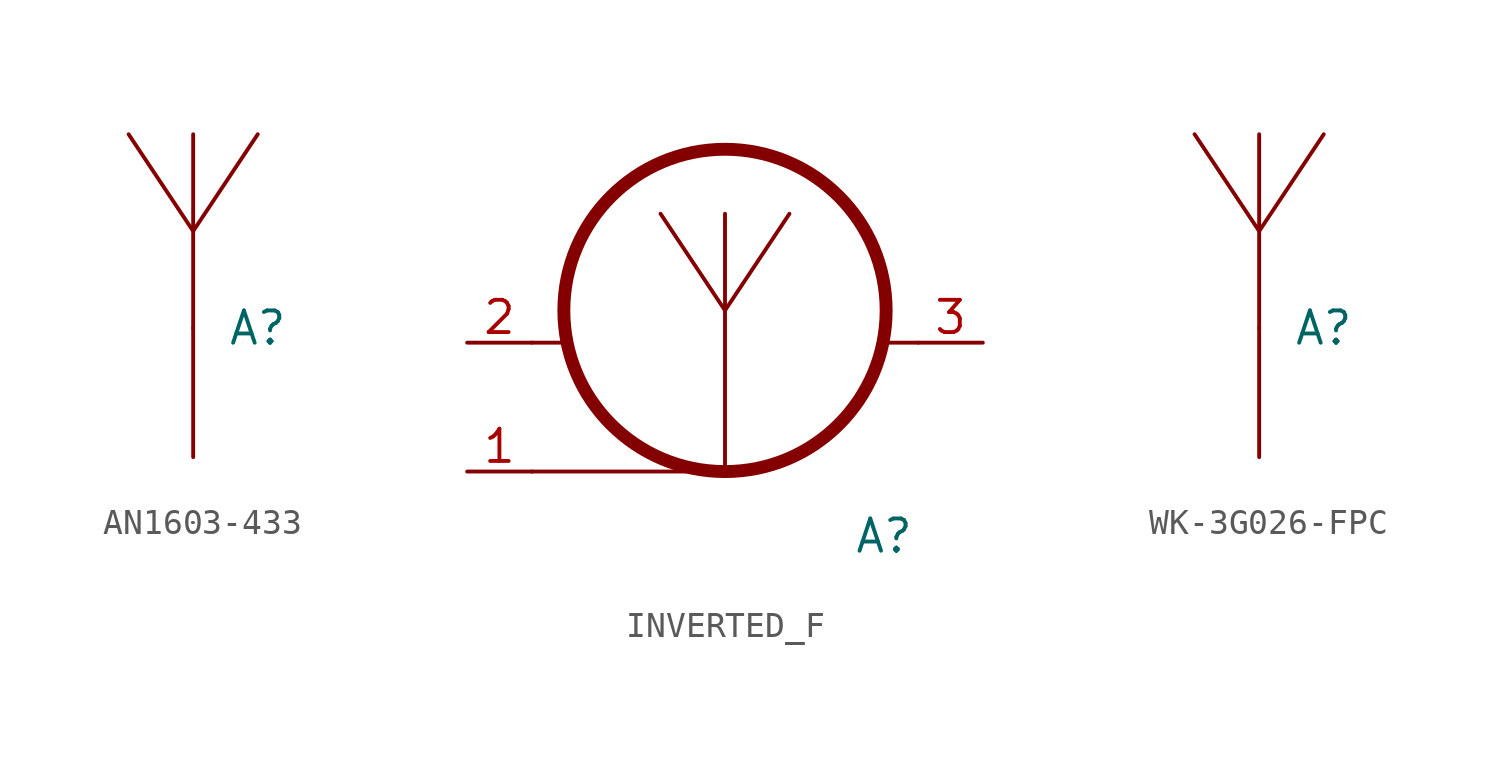
<source format=kicad_sym>
(kicad_symbol_lib
  (version 20211014)
  (generator kicad_symbol_editor)
  (symbol "AN1603-433"
    (pin_numbers hide)
    (pin_names
      (offset 1.016) hide)
    (property "Reference" "A"
      (at 2.54 5.08 0)
      (effects (font (size 1.27 1.27))))
    (symbol "AN1603-433_0_1"
      (polyline (pts (xy 0 5.08) (xy 0 12.7)) (stroke (width 0) (type default) (color 0 0 0 0)) (fill (type none)))
      (polyline (pts (xy 2.54 12.7) (xy 0 8.89) (xy -2.54 12.7)) (stroke (width 0) (type default) (color 0 0 0 0)) (fill (type none))))
    (symbol "AN1603-433_1_1"
      (pin passive line (at 0 0 90) (length 5.08) (name "1" (effects (font (size 1.27 1.27)))) (number "1" (effects (font (size 1.27 1.27)))))))
  (symbol "INVERTED_F"
    (pin_names
      (offset 1.016) hide)
    (property "Reference" "A"
      (at 5.08 -7.62 0)
      (effects (font (size 1.27 1.27)) (justify left)))
    (symbol "INVERTED_F_0_1"
      (polyline (pts (xy -7.62 -5.08) (xy 0 -5.08)) (stroke (width 0) (type default) (color 0 0 0 0)) (fill (type none)))
      (polyline (pts (xy -7.62 0) (xy -6.35 0)) (stroke (width 0) (type default) (color 0 0 0 0)) (fill (type none)))
      (polyline (pts (xy 0 -5.08) (xy 0 5.08)) (stroke (width 0) (type default) (color 0 0 0 0)) (fill (type none)))
      (polyline (pts (xy 7.62 0) (xy 6.35 0)) (stroke (width 0) (type default) (color 0 0 0 0)) (fill (type none)))
      (polyline (pts (xy 2.54 5.08) (xy 0 1.27) (xy -2.54 5.08)) (stroke (width 0) (type default) (color 0 0 0 0)) (fill (type none)))
      (circle (center 0 1.27) (radius 6.35) (stroke (width 0.508) (type default) (color 0 0 0 0)) (fill (type none))))
    (symbol "INVERTED_F_1_1"
      (pin passive line (at -10.16 -5.08 0) (length 2.54) (name "1" (effects (font (size 1.27 1.27)))) (number "1" (effects (font (size 1.27 1.27)))))
      (pin passive line (at -10.16 0 0) (length 2.54) (name "2" (effects (font (size 1.27 1.27)))) (number "2" (effects (font (size 1.27 1.27)))))
      (pin passive line (at 10.16 0 180) (length 2.54) (name "3" (effects (font (size 1.27 1.27)))) (number "3" (effects (font (size 1.27 1.27)))))))
  (symbol "WK-3G026-FPC"
    (pin_numbers hide)
    (pin_names
      (offset 1.016) hide)
    (property "Reference" "A"
      (at 2.54 5.08 0)
      (effects (font (size 1.27 1.27))))
    (symbol "WK-3G026-FPC_0_1"
      (polyline (pts (xy 0 5.08) (xy 0 12.7)) (stroke (width 0) (type default) (color 0 0 0 0)) (fill (type none)))
      (polyline (pts (xy 2.54 12.7) (xy 0 8.89) (xy -2.54 12.7)) (stroke (width 0) (type default) (color 0 0 0 0)) (fill (type none))))
    (symbol "WK-3G026-FPC_1_1"
      (pin passive line (at 0 0 90) (length 5.08) (name "1" (effects (font (size 1.27 1.27)))) (number "1" (effects (font (size 1.27 1.27))))))))
</source>
